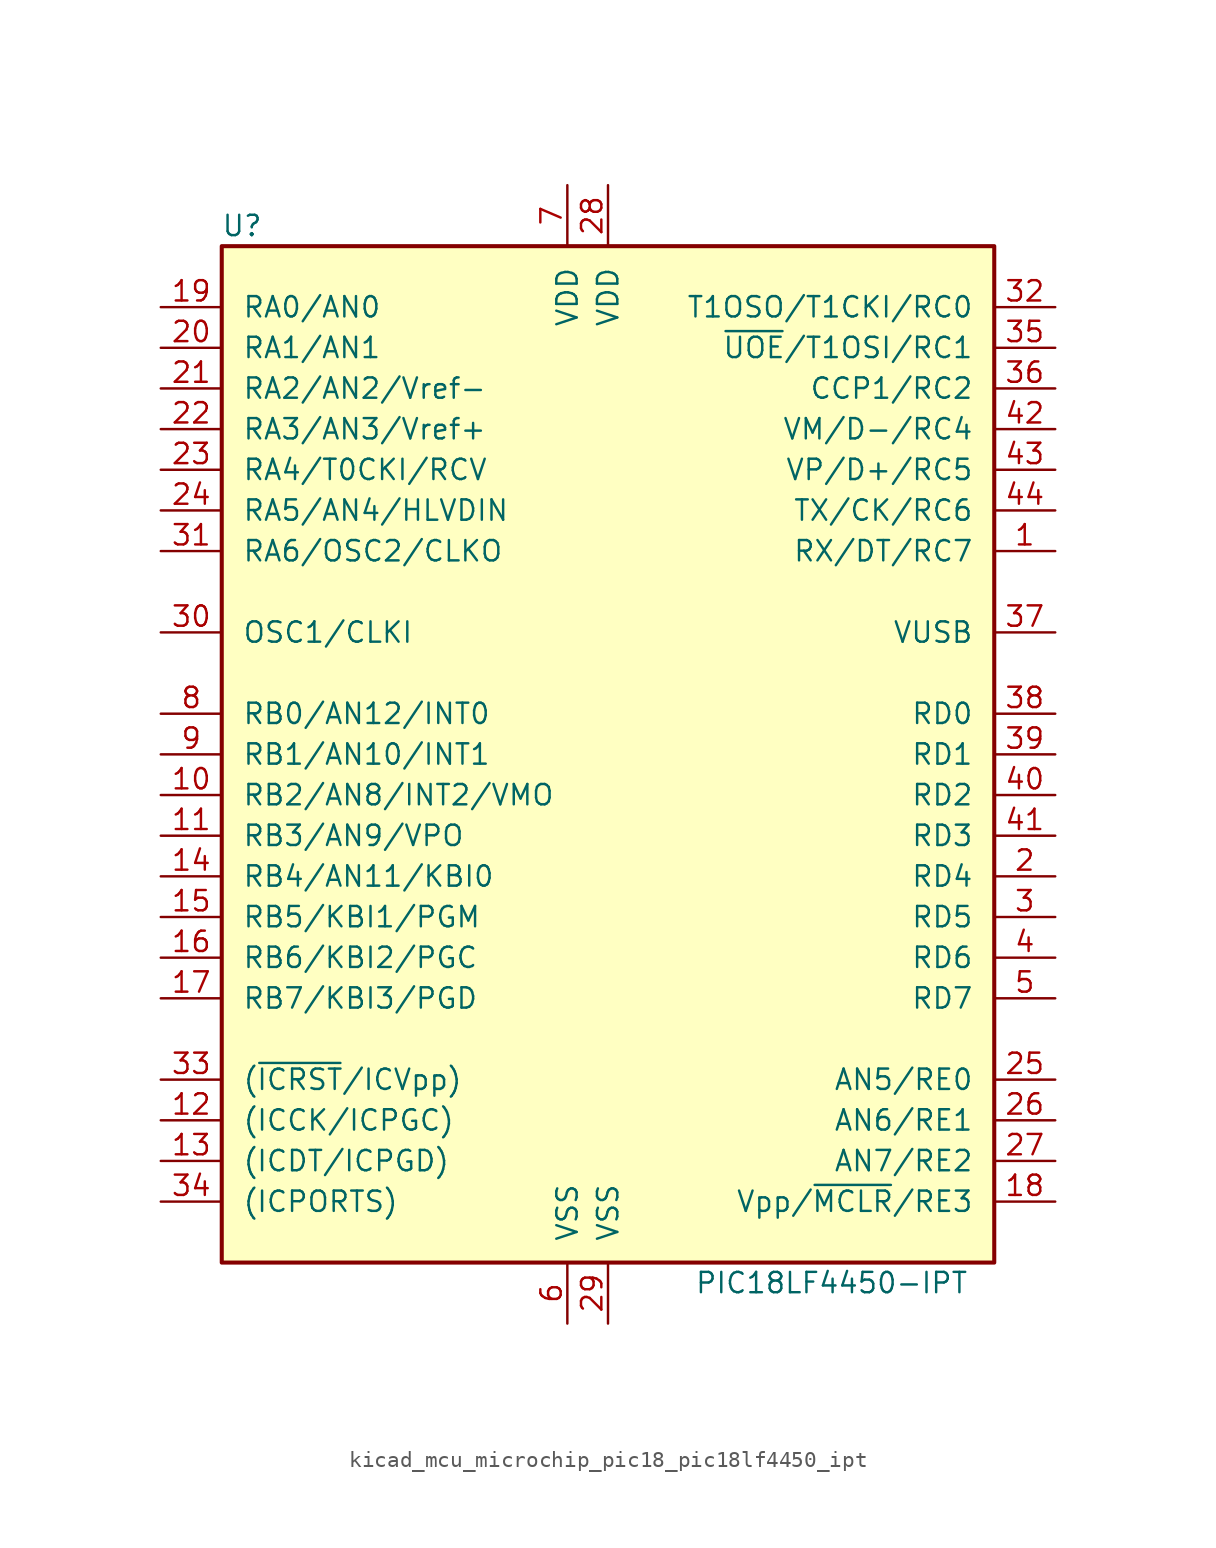
<source format=kicad_sym>
(kicad_symbol_lib
  (version 20220914)
  (generator kicad_symbol_editor)
  (symbol "kicad_mcu_microchip_pic18_pic18lf4450_ipt"
    (pin_names
      (offset 1.27))
    (property "Reference" "U"
      (at -22.86 33.02 0)
      (effects (font (size 1.27 1.27))))
    (property "Value" "PIC18LF4450-IPT"
      (at 13.97 -33.02 0)
      (effects (font (size 1.27 1.27))))
    (symbol "kicad_mcu_microchip_pic18_pic18lf4450_ipt_0_1"
      (rectangle (start -24.13 31.75) (end 24.13 -31.75) (stroke (width 0.254) (type default)) (fill (type background))))
    (symbol "kicad_mcu_microchip_pic18_pic18lf4450_ipt_1_1"
      (pin bidirectional line (at 27.94 12.7 180) (length 3.81) (name "RX/DT/RC7" (effects (font (size 1.27 1.27)))) (number "1" (effects (font (size 1.27 1.27)))))
      (pin bidirectional line (at -27.94 -2.54 0) (length 3.81) (name "RB2/AN8/INT2/VMO" (effects (font (size 1.27 1.27)))) (number "10" (effects (font (size 1.27 1.27)))))
      (pin bidirectional line (at -27.94 -5.08 0) (length 3.81) (name "RB3/AN9/VPO" (effects (font (size 1.27 1.27)))) (number "11" (effects (font (size 1.27 1.27)))))
      (pin bidirectional line (at -27.94 -22.86 0) (length 3.81) (name "(ICCK/ICPGC)" (effects (font (size 1.27 1.27)))) (number "12" (effects (font (size 1.27 1.27)))))
      (pin bidirectional line (at -27.94 -25.4 0) (length 3.81) (name "(ICDT/ICPGD)" (effects (font (size 1.27 1.27)))) (number "13" (effects (font (size 1.27 1.27)))))
      (pin bidirectional line (at -27.94 -7.62 0) (length 3.81) (name "RB4/AN11/KBI0" (effects (font (size 1.27 1.27)))) (number "14" (effects (font (size 1.27 1.27)))))
      (pin bidirectional line (at -27.94 -10.16 0) (length 3.81) (name "RB5/KBI1/PGM" (effects (font (size 1.27 1.27)))) (number "15" (effects (font (size 1.27 1.27)))))
      (pin bidirectional line (at -27.94 -12.7 0) (length 3.81) (name "RB6/KBI2/PGC" (effects (font (size 1.27 1.27)))) (number "16" (effects (font (size 1.27 1.27)))))
      (pin bidirectional line (at -27.94 -15.24 0) (length 3.81) (name "RB7/KBI3/PGD" (effects (font (size 1.27 1.27)))) (number "17" (effects (font (size 1.27 1.27)))))
      (pin input line (at 27.94 -27.94 180) (length 3.81) (name "Vpp/~{MCLR}/RE3" (effects (font (size 1.27 1.27)))) (number "18" (effects (font (size 1.27 1.27)))))
      (pin bidirectional line (at -27.94 27.94 0) (length 3.81) (name "RA0/AN0" (effects (font (size 1.27 1.27)))) (number "19" (effects (font (size 1.27 1.27)))))
      (pin bidirectional line (at 27.94 -7.62 180) (length 3.81) (name "RD4" (effects (font (size 1.27 1.27)))) (number "2" (effects (font (size 1.27 1.27)))))
      (pin bidirectional line (at -27.94 25.4 0) (length 3.81) (name "RA1/AN1" (effects (font (size 1.27 1.27)))) (number "20" (effects (font (size 1.27 1.27)))))
      (pin bidirectional line (at -27.94 22.86 0) (length 3.81) (name "RA2/AN2/Vref-" (effects (font (size 1.27 1.27)))) (number "21" (effects (font (size 1.27 1.27)))))
      (pin bidirectional line (at -27.94 20.32 0) (length 3.81) (name "RA3/AN3/Vref+" (effects (font (size 1.27 1.27)))) (number "22" (effects (font (size 1.27 1.27)))))
      (pin bidirectional line (at -27.94 17.78 0) (length 3.81) (name "RA4/T0CKI/RCV" (effects (font (size 1.27 1.27)))) (number "23" (effects (font (size 1.27 1.27)))))
      (pin bidirectional line (at -27.94 15.24 0) (length 3.81) (name "RA5/AN4/HLVDIN" (effects (font (size 1.27 1.27)))) (number "24" (effects (font (size 1.27 1.27)))))
      (pin bidirectional line (at 27.94 -20.32 180) (length 3.81) (name "AN5/RE0" (effects (font (size 1.27 1.27)))) (number "25" (effects (font (size 1.27 1.27)))))
      (pin bidirectional line (at 27.94 -22.86 180) (length 3.81) (name "AN6/RE1" (effects (font (size 1.27 1.27)))) (number "26" (effects (font (size 1.27 1.27)))))
      (pin bidirectional line (at 27.94 -25.4 180) (length 3.81) (name "AN7/RE2" (effects (font (size 1.27 1.27)))) (number "27" (effects (font (size 1.27 1.27)))))
      (pin power_in line (at 0 35.56 270) (length 3.81) (name "VDD" (effects (font (size 1.27 1.27)))) (number "28" (effects (font (size 1.27 1.27)))))
      (pin power_in line (at 0 -35.56 90) (length 3.81) (name "VSS" (effects (font (size 1.27 1.27)))) (number "29" (effects (font (size 1.27 1.27)))))
      (pin bidirectional line (at 27.94 -10.16 180) (length 3.81) (name "RD5" (effects (font (size 1.27 1.27)))) (number "3" (effects (font (size 1.27 1.27)))))
      (pin input line (at -27.94 7.62 0) (length 3.81) (name "OSC1/CLKI" (effects (font (size 1.27 1.27)))) (number "30" (effects (font (size 1.27 1.27)))))
      (pin output line (at -27.94 12.7 0) (length 3.81) (name "RA6/OSC2/CLKO" (effects (font (size 1.27 1.27)))) (number "31" (effects (font (size 1.27 1.27)))))
      (pin bidirectional line (at 27.94 27.94 180) (length 3.81) (name "T1OSO/T1CKI/RC0" (effects (font (size 1.27 1.27)))) (number "32" (effects (font (size 1.27 1.27)))))
      (pin input line (at -27.94 -20.32 0) (length 3.81) (name "(~{ICRST}/ICVpp)" (effects (font (size 1.27 1.27)))) (number "33" (effects (font (size 1.27 1.27)))))
      (pin bidirectional line (at -27.94 -27.94 0) (length 3.81) (name "(ICPORTS)" (effects (font (size 1.27 1.27)))) (number "34" (effects (font (size 1.27 1.27)))))
      (pin bidirectional line (at 27.94 25.4 180) (length 3.81) (name "~{UOE}/T1OSI/RC1" (effects (font (size 1.27 1.27)))) (number "35" (effects (font (size 1.27 1.27)))))
      (pin bidirectional line (at 27.94 22.86 180) (length 3.81) (name "CCP1/RC2" (effects (font (size 1.27 1.27)))) (number "36" (effects (font (size 1.27 1.27)))))
      (pin bidirectional line (at 27.94 7.62 180) (length 3.81) (name "VUSB" (effects (font (size 1.27 1.27)))) (number "37" (effects (font (size 1.27 1.27)))))
      (pin bidirectional line (at 27.94 2.54 180) (length 3.81) (name "RD0" (effects (font (size 1.27 1.27)))) (number "38" (effects (font (size 1.27 1.27)))))
      (pin bidirectional line (at 27.94 0 180) (length 3.81) (name "RD1" (effects (font (size 1.27 1.27)))) (number "39" (effects (font (size 1.27 1.27)))))
      (pin bidirectional line (at 27.94 -12.7 180) (length 3.81) (name "RD6" (effects (font (size 1.27 1.27)))) (number "4" (effects (font (size 1.27 1.27)))))
      (pin bidirectional line (at 27.94 -2.54 180) (length 3.81) (name "RD2" (effects (font (size 1.27 1.27)))) (number "40" (effects (font (size 1.27 1.27)))))
      (pin bidirectional line (at 27.94 -5.08 180) (length 3.81) (name "RD3" (effects (font (size 1.27 1.27)))) (number "41" (effects (font (size 1.27 1.27)))))
      (pin bidirectional line (at 27.94 20.32 180) (length 3.81) (name "VM/D-/RC4" (effects (font (size 1.27 1.27)))) (number "42" (effects (font (size 1.27 1.27)))))
      (pin bidirectional line (at 27.94 17.78 180) (length 3.81) (name "VP/D+/RC5" (effects (font (size 1.27 1.27)))) (number "43" (effects (font (size 1.27 1.27)))))
      (pin bidirectional line (at 27.94 15.24 180) (length 3.81) (name "TX/CK/RC6" (effects (font (size 1.27 1.27)))) (number "44" (effects (font (size 1.27 1.27)))))
      (pin bidirectional line (at 27.94 -15.24 180) (length 3.81) (name "RD7" (effects (font (size 1.27 1.27)))) (number "5" (effects (font (size 1.27 1.27)))))
      (pin power_in line (at -2.54 -35.56 90) (length 3.81) (name "VSS" (effects (font (size 1.27 1.27)))) (number "6" (effects (font (size 1.27 1.27)))))
      (pin power_in line (at -2.54 35.56 270) (length 3.81) (name "VDD" (effects (font (size 1.27 1.27)))) (number "7" (effects (font (size 1.27 1.27)))))
      (pin bidirectional line (at -27.94 2.54 0) (length 3.81) (name "RB0/AN12/INT0" (effects (font (size 1.27 1.27)))) (number "8" (effects (font (size 1.27 1.27)))))
      (pin bidirectional line (at -27.94 0 0) (length 3.81) (name "RB1/AN10/INT1" (effects (font (size 1.27 1.27)))) (number "9" (effects (font (size 1.27 1.27))))))))
</source>
